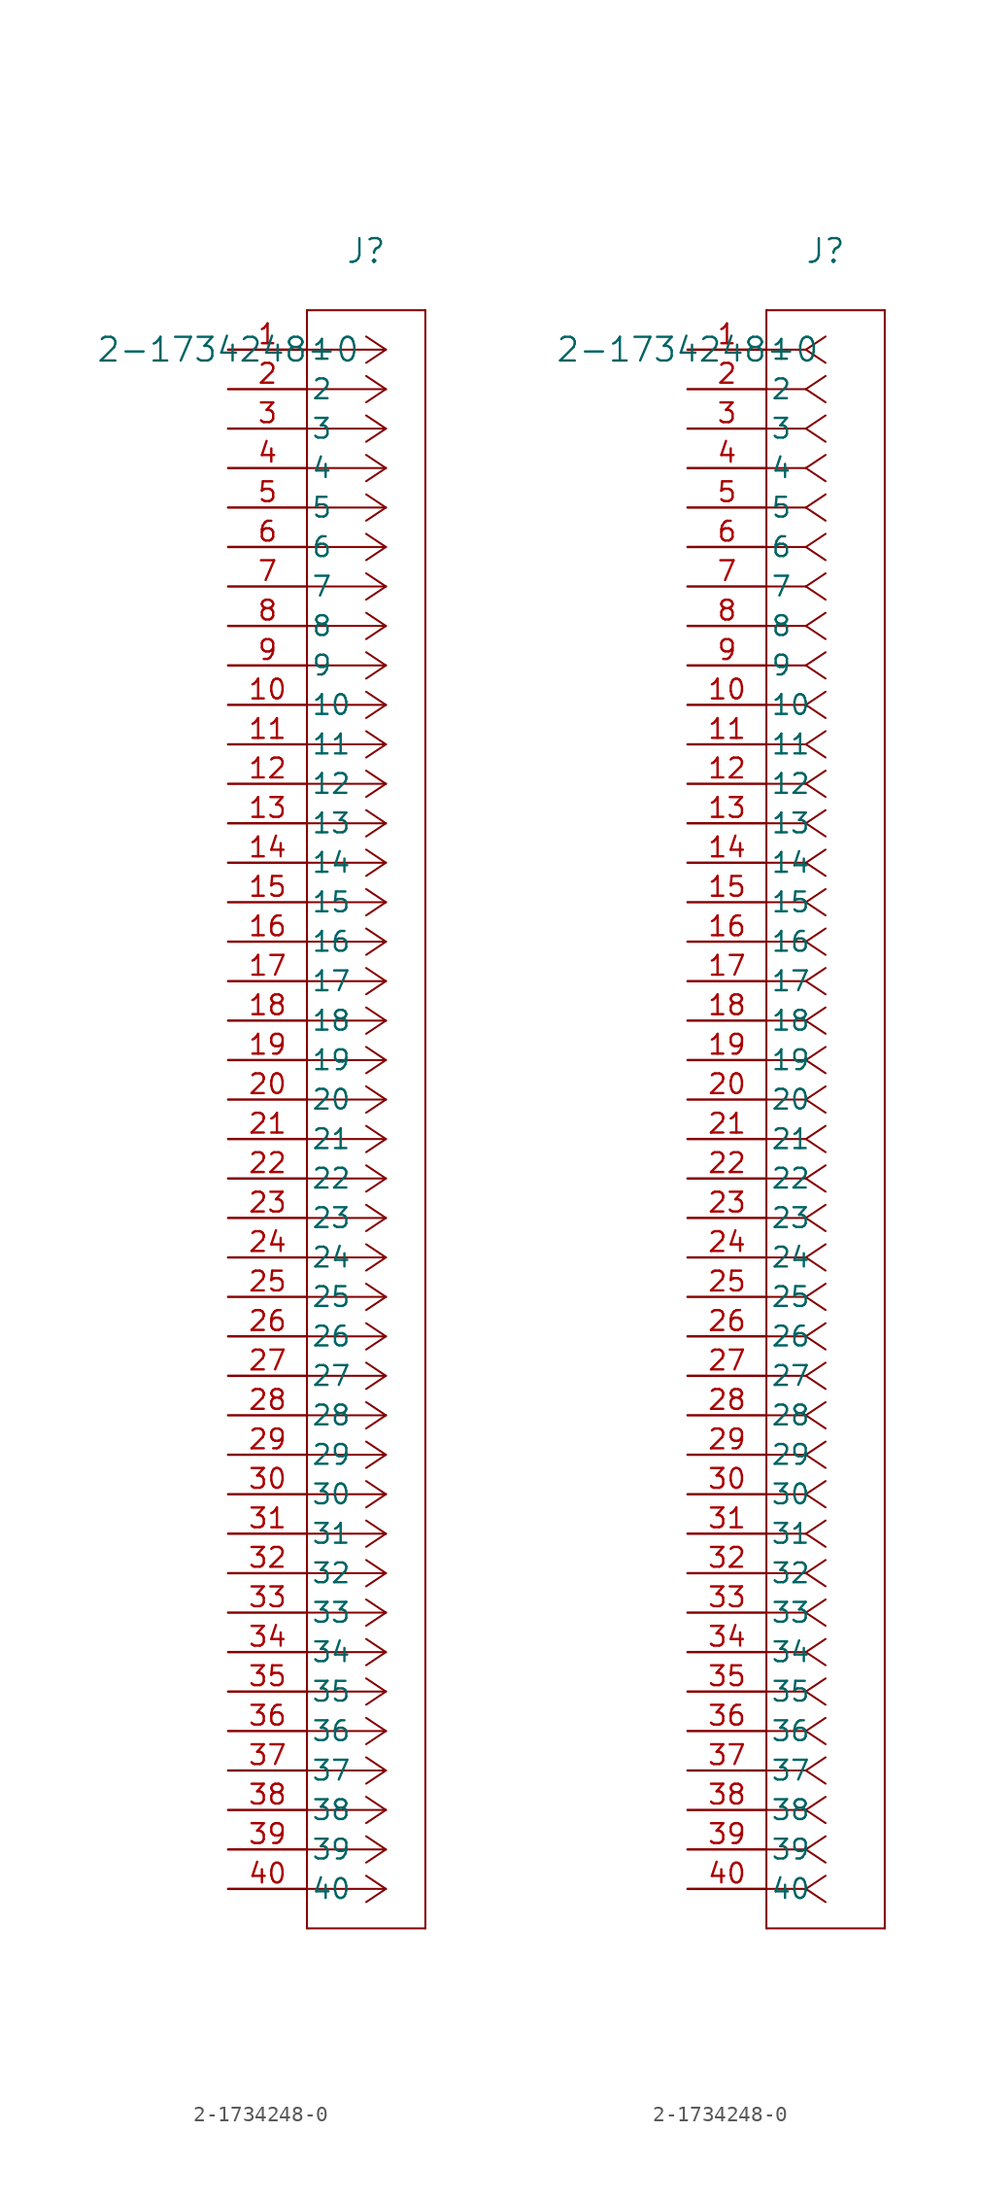
<source format=kicad_sym>
(kicad_symbol_lib
  (version 20211014)
  (generator kicad_symbol_editor)
  (symbol "2-1734248-0"
    (pin_names
      (offset 0.254))
    (property "Reference" "J"
      (at 8.89 6.35 0)
      (effects (font (size 1.524 1.524))))
    (property "Value" "2-1734248-0"
      (at 0 0 0)
      (effects (font (size 1.524 1.524))))
    (symbol "2-1734248-0_1_1"
      (polyline (pts (xy 10.16 0) (xy 5.08 0)) (stroke (width 0.127) (type default) (color 0 0 0 0)) (fill (type none)))
      (polyline (pts (xy 10.16 -2.54) (xy 5.08 -2.54)) (stroke (width 0.127) (type default) (color 0 0 0 0)) (fill (type none)))
      (polyline (pts (xy 10.16 -5.08) (xy 5.08 -5.08)) (stroke (width 0.127) (type default) (color 0 0 0 0)) (fill (type none)))
      (polyline (pts (xy 10.16 -7.62) (xy 5.08 -7.62)) (stroke (width 0.127) (type default) (color 0 0 0 0)) (fill (type none)))
      (polyline (pts (xy 10.16 -10.16) (xy 5.08 -10.16)) (stroke (width 0.127) (type default) (color 0 0 0 0)) (fill (type none)))
      (polyline (pts (xy 10.16 -12.7) (xy 5.08 -12.7)) (stroke (width 0.127) (type default) (color 0 0 0 0)) (fill (type none)))
      (polyline (pts (xy 10.16 -15.24) (xy 5.08 -15.24)) (stroke (width 0.127) (type default) (color 0 0 0 0)) (fill (type none)))
      (polyline (pts (xy 10.16 -17.78) (xy 5.08 -17.78)) (stroke (width 0.127) (type default) (color 0 0 0 0)) (fill (type none)))
      (polyline (pts (xy 10.16 -20.32) (xy 5.08 -20.32)) (stroke (width 0.127) (type default) (color 0 0 0 0)) (fill (type none)))
      (polyline (pts (xy 10.16 -22.86) (xy 5.08 -22.86)) (stroke (width 0.127) (type default) (color 0 0 0 0)) (fill (type none)))
      (polyline (pts (xy 10.16 -25.4) (xy 5.08 -25.4)) (stroke (width 0.127) (type default) (color 0 0 0 0)) (fill (type none)))
      (polyline (pts (xy 10.16 -27.94) (xy 5.08 -27.94)) (stroke (width 0.127) (type default) (color 0 0 0 0)) (fill (type none)))
      (polyline (pts (xy 10.16 -30.48) (xy 5.08 -30.48)) (stroke (width 0.127) (type default) (color 0 0 0 0)) (fill (type none)))
      (polyline (pts (xy 10.16 -33.02) (xy 5.08 -33.02)) (stroke (width 0.127) (type default) (color 0 0 0 0)) (fill (type none)))
      (polyline (pts (xy 10.16 -35.56) (xy 5.08 -35.56)) (stroke (width 0.127) (type default) (color 0 0 0 0)) (fill (type none)))
      (polyline (pts (xy 10.16 -38.1) (xy 5.08 -38.1)) (stroke (width 0.127) (type default) (color 0 0 0 0)) (fill (type none)))
      (polyline (pts (xy 10.16 -40.64) (xy 5.08 -40.64)) (stroke (width 0.127) (type default) (color 0 0 0 0)) (fill (type none)))
      (polyline (pts (xy 10.16 -43.18) (xy 5.08 -43.18)) (stroke (width 0.127) (type default) (color 0 0 0 0)) (fill (type none)))
      (polyline (pts (xy 10.16 -45.72) (xy 5.08 -45.72)) (stroke (width 0.127) (type default) (color 0 0 0 0)) (fill (type none)))
      (polyline (pts (xy 10.16 -48.26) (xy 5.08 -48.26)) (stroke (width 0.127) (type default) (color 0 0 0 0)) (fill (type none)))
      (polyline (pts (xy 10.16 -50.8) (xy 5.08 -50.8)) (stroke (width 0.127) (type default) (color 0 0 0 0)) (fill (type none)))
      (polyline (pts (xy 10.16 -53.34) (xy 5.08 -53.34)) (stroke (width 0.127) (type default) (color 0 0 0 0)) (fill (type none)))
      (polyline (pts (xy 10.16 -55.88) (xy 5.08 -55.88)) (stroke (width 0.127) (type default) (color 0 0 0 0)) (fill (type none)))
      (polyline (pts (xy 10.16 -58.42) (xy 5.08 -58.42)) (stroke (width 0.127) (type default) (color 0 0 0 0)) (fill (type none)))
      (polyline (pts (xy 10.16 -60.96) (xy 5.08 -60.96)) (stroke (width 0.127) (type default) (color 0 0 0 0)) (fill (type none)))
      (polyline (pts (xy 10.16 -63.5) (xy 5.08 -63.5)) (stroke (width 0.127) (type default) (color 0 0 0 0)) (fill (type none)))
      (polyline (pts (xy 10.16 -66.04) (xy 5.08 -66.04)) (stroke (width 0.127) (type default) (color 0 0 0 0)) (fill (type none)))
      (polyline (pts (xy 10.16 -68.58) (xy 5.08 -68.58)) (stroke (width 0.127) (type default) (color 0 0 0 0)) (fill (type none)))
      (polyline (pts (xy 10.16 -71.12) (xy 5.08 -71.12)) (stroke (width 0.127) (type default) (color 0 0 0 0)) (fill (type none)))
      (polyline (pts (xy 10.16 -73.66) (xy 5.08 -73.66)) (stroke (width 0.127) (type default) (color 0 0 0 0)) (fill (type none)))
      (polyline (pts (xy 10.16 -76.2) (xy 5.08 -76.2)) (stroke (width 0.127) (type default) (color 0 0 0 0)) (fill (type none)))
      (polyline (pts (xy 10.16 -78.74) (xy 5.08 -78.74)) (stroke (width 0.127) (type default) (color 0 0 0 0)) (fill (type none)))
      (polyline (pts (xy 10.16 -81.28) (xy 5.08 -81.28)) (stroke (width 0.127) (type default) (color 0 0 0 0)) (fill (type none)))
      (polyline (pts (xy 10.16 -83.82) (xy 5.08 -83.82)) (stroke (width 0.127) (type default) (color 0 0 0 0)) (fill (type none)))
      (polyline (pts (xy 10.16 -86.36) (xy 5.08 -86.36)) (stroke (width 0.127) (type default) (color 0 0 0 0)) (fill (type none)))
      (polyline (pts (xy 10.16 -88.9) (xy 5.08 -88.9)) (stroke (width 0.127) (type default) (color 0 0 0 0)) (fill (type none)))
      (polyline (pts (xy 10.16 -91.44) (xy 5.08 -91.44)) (stroke (width 0.127) (type default) (color 0 0 0 0)) (fill (type none)))
      (polyline (pts (xy 10.16 -93.98) (xy 5.08 -93.98)) (stroke (width 0.127) (type default) (color 0 0 0 0)) (fill (type none)))
      (polyline (pts (xy 10.16 -96.52) (xy 5.08 -96.52)) (stroke (width 0.127) (type default) (color 0 0 0 0)) (fill (type none)))
      (polyline (pts (xy 10.16 -99.06) (xy 5.08 -99.06)) (stroke (width 0.127) (type default) (color 0 0 0 0)) (fill (type none)))
      (polyline (pts (xy 10.16 0) (xy 8.89 0.847)) (stroke (width 0.127) (type default) (color 0 0 0 0)) (fill (type none)))
      (polyline (pts (xy 10.16 -2.54) (xy 8.89 -1.693)) (stroke (width 0.127) (type default) (color 0 0 0 0)) (fill (type none)))
      (polyline (pts (xy 10.16 -5.08) (xy 8.89 -4.233)) (stroke (width 0.127) (type default) (color 0 0 0 0)) (fill (type none)))
      (polyline (pts (xy 10.16 -7.62) (xy 8.89 -6.773)) (stroke (width 0.127) (type default) (color 0 0 0 0)) (fill (type none)))
      (polyline (pts (xy 10.16 -10.16) (xy 8.89 -9.313)) (stroke (width 0.127) (type default) (color 0 0 0 0)) (fill (type none)))
      (polyline (pts (xy 10.16 -12.7) (xy 8.89 -11.853)) (stroke (width 0.127) (type default) (color 0 0 0 0)) (fill (type none)))
      (polyline (pts (xy 10.16 -15.24) (xy 8.89 -14.393)) (stroke (width 0.127) (type default) (color 0 0 0 0)) (fill (type none)))
      (polyline (pts (xy 10.16 -17.78) (xy 8.89 -16.933)) (stroke (width 0.127) (type default) (color 0 0 0 0)) (fill (type none)))
      (polyline (pts (xy 10.16 -20.32) (xy 8.89 -19.473)) (stroke (width 0.127) (type default) (color 0 0 0 0)) (fill (type none)))
      (polyline (pts (xy 10.16 -22.86) (xy 8.89 -22.013)) (stroke (width 0.127) (type default) (color 0 0 0 0)) (fill (type none)))
      (polyline (pts (xy 10.16 -25.4) (xy 8.89 -24.553)) (stroke (width 0.127) (type default) (color 0 0 0 0)) (fill (type none)))
      (polyline (pts (xy 10.16 -27.94) (xy 8.89 -27.093)) (stroke (width 0.127) (type default) (color 0 0 0 0)) (fill (type none)))
      (polyline (pts (xy 10.16 -30.48) (xy 8.89 -29.633)) (stroke (width 0.127) (type default) (color 0 0 0 0)) (fill (type none)))
      (polyline (pts (xy 10.16 -33.02) (xy 8.89 -32.173)) (stroke (width 0.127) (type default) (color 0 0 0 0)) (fill (type none)))
      (polyline (pts (xy 10.16 -35.56) (xy 8.89 -34.713)) (stroke (width 0.127) (type default) (color 0 0 0 0)) (fill (type none)))
      (polyline (pts (xy 10.16 -38.1) (xy 8.89 -37.253)) (stroke (width 0.127) (type default) (color 0 0 0 0)) (fill (type none)))
      (polyline (pts (xy 10.16 -40.64) (xy 8.89 -39.793)) (stroke (width 0.127) (type default) (color 0 0 0 0)) (fill (type none)))
      (polyline (pts (xy 10.16 -43.18) (xy 8.89 -42.333)) (stroke (width 0.127) (type default) (color 0 0 0 0)) (fill (type none)))
      (polyline (pts (xy 10.16 -45.72) (xy 8.89 -44.873)) (stroke (width 0.127) (type default) (color 0 0 0 0)) (fill (type none)))
      (polyline (pts (xy 10.16 -48.26) (xy 8.89 -47.413)) (stroke (width 0.127) (type default) (color 0 0 0 0)) (fill (type none)))
      (polyline (pts (xy 10.16 -50.8) (xy 8.89 -49.953)) (stroke (width 0.127) (type default) (color 0 0 0 0)) (fill (type none)))
      (polyline (pts (xy 10.16 -53.34) (xy 8.89 -52.493)) (stroke (width 0.127) (type default) (color 0 0 0 0)) (fill (type none)))
      (polyline (pts (xy 10.16 -55.88) (xy 8.89 -55.033)) (stroke (width 0.127) (type default) (color 0 0 0 0)) (fill (type none)))
      (polyline (pts (xy 10.16 -58.42) (xy 8.89 -57.573)) (stroke (width 0.127) (type default) (color 0 0 0 0)) (fill (type none)))
      (polyline (pts (xy 10.16 -60.96) (xy 8.89 -60.113)) (stroke (width 0.127) (type default) (color 0 0 0 0)) (fill (type none)))
      (polyline (pts (xy 10.16 -63.5) (xy 8.89 -62.653)) (stroke (width 0.127) (type default) (color 0 0 0 0)) (fill (type none)))
      (polyline (pts (xy 10.16 -66.04) (xy 8.89 -65.193)) (stroke (width 0.127) (type default) (color 0 0 0 0)) (fill (type none)))
      (polyline (pts (xy 10.16 -68.58) (xy 8.89 -67.733)) (stroke (width 0.127) (type default) (color 0 0 0 0)) (fill (type none)))
      (polyline (pts (xy 10.16 -71.12) (xy 8.89 -70.273)) (stroke (width 0.127) (type default) (color 0 0 0 0)) (fill (type none)))
      (polyline (pts (xy 10.16 -73.66) (xy 8.89 -72.813)) (stroke (width 0.127) (type default) (color 0 0 0 0)) (fill (type none)))
      (polyline (pts (xy 10.16 -76.2) (xy 8.89 -75.353)) (stroke (width 0.127) (type default) (color 0 0 0 0)) (fill (type none)))
      (polyline (pts (xy 10.16 -78.74) (xy 8.89 -77.893)) (stroke (width 0.127) (type default) (color 0 0 0 0)) (fill (type none)))
      (polyline (pts (xy 10.16 -81.28) (xy 8.89 -80.433)) (stroke (width 0.127) (type default) (color 0 0 0 0)) (fill (type none)))
      (polyline (pts (xy 10.16 -83.82) (xy 8.89 -82.973)) (stroke (width 0.127) (type default) (color 0 0 0 0)) (fill (type none)))
      (polyline (pts (xy 10.16 -86.36) (xy 8.89 -85.513)) (stroke (width 0.127) (type default) (color 0 0 0 0)) (fill (type none)))
      (polyline (pts (xy 10.16 -88.9) (xy 8.89 -88.053)) (stroke (width 0.127) (type default) (color 0 0 0 0)) (fill (type none)))
      (polyline (pts (xy 10.16 -91.44) (xy 8.89 -90.593)) (stroke (width 0.127) (type default) (color 0 0 0 0)) (fill (type none)))
      (polyline (pts (xy 10.16 -93.98) (xy 8.89 -93.133)) (stroke (width 0.127) (type default) (color 0 0 0 0)) (fill (type none)))
      (polyline (pts (xy 10.16 -96.52) (xy 8.89 -95.673)) (stroke (width 0.127) (type default) (color 0 0 0 0)) (fill (type none)))
      (polyline (pts (xy 10.16 -99.06) (xy 8.89 -98.213)) (stroke (width 0.127) (type default) (color 0 0 0 0)) (fill (type none)))
      (polyline (pts (xy 10.16 0) (xy 8.89 -0.847)) (stroke (width 0.127) (type default) (color 0 0 0 0)) (fill (type none)))
      (polyline (pts (xy 10.16 -2.54) (xy 8.89 -3.387)) (stroke (width 0.127) (type default) (color 0 0 0 0)) (fill (type none)))
      (polyline (pts (xy 10.16 -5.08) (xy 8.89 -5.927)) (stroke (width 0.127) (type default) (color 0 0 0 0)) (fill (type none)))
      (polyline (pts (xy 10.16 -7.62) (xy 8.89 -8.467)) (stroke (width 0.127) (type default) (color 0 0 0 0)) (fill (type none)))
      (polyline (pts (xy 10.16 -10.16) (xy 8.89 -11.007)) (stroke (width 0.127) (type default) (color 0 0 0 0)) (fill (type none)))
      (polyline (pts (xy 10.16 -12.7) (xy 8.89 -13.547)) (stroke (width 0.127) (type default) (color 0 0 0 0)) (fill (type none)))
      (polyline (pts (xy 10.16 -15.24) (xy 8.89 -16.087)) (stroke (width 0.127) (type default) (color 0 0 0 0)) (fill (type none)))
      (polyline (pts (xy 10.16 -17.78) (xy 8.89 -18.627)) (stroke (width 0.127) (type default) (color 0 0 0 0)) (fill (type none)))
      (polyline (pts (xy 10.16 -20.32) (xy 8.89 -21.167)) (stroke (width 0.127) (type default) (color 0 0 0 0)) (fill (type none)))
      (polyline (pts (xy 10.16 -22.86) (xy 8.89 -23.707)) (stroke (width 0.127) (type default) (color 0 0 0 0)) (fill (type none)))
      (polyline (pts (xy 10.16 -25.4) (xy 8.89 -26.247)) (stroke (width 0.127) (type default) (color 0 0 0 0)) (fill (type none)))
      (polyline (pts (xy 10.16 -27.94) (xy 8.89 -28.787)) (stroke (width 0.127) (type default) (color 0 0 0 0)) (fill (type none)))
      (polyline (pts (xy 10.16 -30.48) (xy 8.89 -31.327)) (stroke (width 0.127) (type default) (color 0 0 0 0)) (fill (type none)))
      (polyline (pts (xy 10.16 -33.02) (xy 8.89 -33.867)) (stroke (width 0.127) (type default) (color 0 0 0 0)) (fill (type none)))
      (polyline (pts (xy 10.16 -35.56) (xy 8.89 -36.407)) (stroke (width 0.127) (type default) (color 0 0 0 0)) (fill (type none)))
      (polyline (pts (xy 10.16 -38.1) (xy 8.89 -38.947)) (stroke (width 0.127) (type default) (color 0 0 0 0)) (fill (type none)))
      (polyline (pts (xy 10.16 -40.64) (xy 8.89 -41.487)) (stroke (width 0.127) (type default) (color 0 0 0 0)) (fill (type none)))
      (polyline (pts (xy 10.16 -43.18) (xy 8.89 -44.027)) (stroke (width 0.127) (type default) (color 0 0 0 0)) (fill (type none)))
      (polyline (pts (xy 10.16 -45.72) (xy 8.89 -46.567)) (stroke (width 0.127) (type default) (color 0 0 0 0)) (fill (type none)))
      (polyline (pts (xy 10.16 -48.26) (xy 8.89 -49.107)) (stroke (width 0.127) (type default) (color 0 0 0 0)) (fill (type none)))
      (polyline (pts (xy 10.16 -50.8) (xy 8.89 -51.647)) (stroke (width 0.127) (type default) (color 0 0 0 0)) (fill (type none)))
      (polyline (pts (xy 10.16 -53.34) (xy 8.89 -54.187)) (stroke (width 0.127) (type default) (color 0 0 0 0)) (fill (type none)))
      (polyline (pts (xy 10.16 -55.88) (xy 8.89 -56.727)) (stroke (width 0.127) (type default) (color 0 0 0 0)) (fill (type none)))
      (polyline (pts (xy 10.16 -58.42) (xy 8.89 -59.267)) (stroke (width 0.127) (type default) (color 0 0 0 0)) (fill (type none)))
      (polyline (pts (xy 10.16 -60.96) (xy 8.89 -61.807)) (stroke (width 0.127) (type default) (color 0 0 0 0)) (fill (type none)))
      (polyline (pts (xy 10.16 -63.5) (xy 8.89 -64.347)) (stroke (width 0.127) (type default) (color 0 0 0 0)) (fill (type none)))
      (polyline (pts (xy 10.16 -66.04) (xy 8.89 -66.887)) (stroke (width 0.127) (type default) (color 0 0 0 0)) (fill (type none)))
      (polyline (pts (xy 10.16 -68.58) (xy 8.89 -69.427)) (stroke (width 0.127) (type default) (color 0 0 0 0)) (fill (type none)))
      (polyline (pts (xy 10.16 -71.12) (xy 8.89 -71.967)) (stroke (width 0.127) (type default) (color 0 0 0 0)) (fill (type none)))
      (polyline (pts (xy 10.16 -73.66) (xy 8.89 -74.507)) (stroke (width 0.127) (type default) (color 0 0 0 0)) (fill (type none)))
      (polyline (pts (xy 10.16 -76.2) (xy 8.89 -77.047)) (stroke (width 0.127) (type default) (color 0 0 0 0)) (fill (type none)))
      (polyline (pts (xy 10.16 -78.74) (xy 8.89 -79.587)) (stroke (width 0.127) (type default) (color 0 0 0 0)) (fill (type none)))
      (polyline (pts (xy 10.16 -81.28) (xy 8.89 -82.127)) (stroke (width 0.127) (type default) (color 0 0 0 0)) (fill (type none)))
      (polyline (pts (xy 10.16 -83.82) (xy 8.89 -84.667)) (stroke (width 0.127) (type default) (color 0 0 0 0)) (fill (type none)))
      (polyline (pts (xy 10.16 -86.36) (xy 8.89 -87.207)) (stroke (width 0.127) (type default) (color 0 0 0 0)) (fill (type none)))
      (polyline (pts (xy 10.16 -88.9) (xy 8.89 -89.747)) (stroke (width 0.127) (type default) (color 0 0 0 0)) (fill (type none)))
      (polyline (pts (xy 10.16 -91.44) (xy 8.89 -92.287)) (stroke (width 0.127) (type default) (color 0 0 0 0)) (fill (type none)))
      (polyline (pts (xy 10.16 -93.98) (xy 8.89 -94.827)) (stroke (width 0.127) (type default) (color 0 0 0 0)) (fill (type none)))
      (polyline (pts (xy 10.16 -96.52) (xy 8.89 -97.367)) (stroke (width 0.127) (type default) (color 0 0 0 0)) (fill (type none)))
      (polyline (pts (xy 10.16 -99.06) (xy 8.89 -99.907)) (stroke (width 0.127) (type default) (color 0 0 0 0)) (fill (type none)))
      (polyline (pts (xy 5.08 2.54) (xy 5.08 -101.6)) (stroke (width 0.127) (type default) (color 0 0 0 0)) (fill (type none)))
      (polyline (pts (xy 5.08 -101.6) (xy 12.7 -101.6)) (stroke (width 0.127) (type default) (color 0 0 0 0)) (fill (type none)))
      (polyline (pts (xy 12.7 -101.6) (xy 12.7 2.54)) (stroke (width 0.127) (type default) (color 0 0 0 0)) (fill (type none)))
      (polyline (pts (xy 12.7 2.54) (xy 5.08 2.54)) (stroke (width 0.127) (type default) (color 0 0 0 0)) (fill (type none)))
      (pin unspecified line (at 0 0 0) (length 5.08) (name "1" (effects (font (size 1.27 1.27)))) (number "1" (effects (font (size 1.27 1.27)))))
      (pin unspecified line (at 0 -2.54 0) (length 5.08) (name "2" (effects (font (size 1.27 1.27)))) (number "2" (effects (font (size 1.27 1.27)))))
      (pin unspecified line (at 0 -5.08 0) (length 5.08) (name "3" (effects (font (size 1.27 1.27)))) (number "3" (effects (font (size 1.27 1.27)))))
      (pin unspecified line (at 0 -7.62 0) (length 5.08) (name "4" (effects (font (size 1.27 1.27)))) (number "4" (effects (font (size 1.27 1.27)))))
      (pin unspecified line (at 0 -10.16 0) (length 5.08) (name "5" (effects (font (size 1.27 1.27)))) (number "5" (effects (font (size 1.27 1.27)))))
      (pin unspecified line (at 0 -12.7 0) (length 5.08) (name "6" (effects (font (size 1.27 1.27)))) (number "6" (effects (font (size 1.27 1.27)))))
      (pin unspecified line (at 0 -15.24 0) (length 5.08) (name "7" (effects (font (size 1.27 1.27)))) (number "7" (effects (font (size 1.27 1.27)))))
      (pin unspecified line (at 0 -17.78 0) (length 5.08) (name "8" (effects (font (size 1.27 1.27)))) (number "8" (effects (font (size 1.27 1.27)))))
      (pin unspecified line (at 0 -20.32 0) (length 5.08) (name "9" (effects (font (size 1.27 1.27)))) (number "9" (effects (font (size 1.27 1.27)))))
      (pin unspecified line (at 0 -22.86 0) (length 5.08) (name "10" (effects (font (size 1.27 1.27)))) (number "10" (effects (font (size 1.27 1.27)))))
      (pin unspecified line (at 0 -25.4 0) (length 5.08) (name "11" (effects (font (size 1.27 1.27)))) (number "11" (effects (font (size 1.27 1.27)))))
      (pin unspecified line (at 0 -27.94 0) (length 5.08) (name "12" (effects (font (size 1.27 1.27)))) (number "12" (effects (font (size 1.27 1.27)))))
      (pin unspecified line (at 0 -30.48 0) (length 5.08) (name "13" (effects (font (size 1.27 1.27)))) (number "13" (effects (font (size 1.27 1.27)))))
      (pin unspecified line (at 0 -33.02 0) (length 5.08) (name "14" (effects (font (size 1.27 1.27)))) (number "14" (effects (font (size 1.27 1.27)))))
      (pin unspecified line (at 0 -35.56 0) (length 5.08) (name "15" (effects (font (size 1.27 1.27)))) (number "15" (effects (font (size 1.27 1.27)))))
      (pin unspecified line (at 0 -38.1 0) (length 5.08) (name "16" (effects (font (size 1.27 1.27)))) (number "16" (effects (font (size 1.27 1.27)))))
      (pin unspecified line (at 0 -40.64 0) (length 5.08) (name "17" (effects (font (size 1.27 1.27)))) (number "17" (effects (font (size 1.27 1.27)))))
      (pin unspecified line (at 0 -43.18 0) (length 5.08) (name "18" (effects (font (size 1.27 1.27)))) (number "18" (effects (font (size 1.27 1.27)))))
      (pin unspecified line (at 0 -45.72 0) (length 5.08) (name "19" (effects (font (size 1.27 1.27)))) (number "19" (effects (font (size 1.27 1.27)))))
      (pin unspecified line (at 0 -48.26 0) (length 5.08) (name "20" (effects (font (size 1.27 1.27)))) (number "20" (effects (font (size 1.27 1.27)))))
      (pin unspecified line (at 0 -50.8 0) (length 5.08) (name "21" (effects (font (size 1.27 1.27)))) (number "21" (effects (font (size 1.27 1.27)))))
      (pin unspecified line (at 0 -53.34 0) (length 5.08) (name "22" (effects (font (size 1.27 1.27)))) (number "22" (effects (font (size 1.27 1.27)))))
      (pin unspecified line (at 0 -55.88 0) (length 5.08) (name "23" (effects (font (size 1.27 1.27)))) (number "23" (effects (font (size 1.27 1.27)))))
      (pin unspecified line (at 0 -58.42 0) (length 5.08) (name "24" (effects (font (size 1.27 1.27)))) (number "24" (effects (font (size 1.27 1.27)))))
      (pin unspecified line (at 0 -60.96 0) (length 5.08) (name "25" (effects (font (size 1.27 1.27)))) (number "25" (effects (font (size 1.27 1.27)))))
      (pin unspecified line (at 0 -63.5 0) (length 5.08) (name "26" (effects (font (size 1.27 1.27)))) (number "26" (effects (font (size 1.27 1.27)))))
      (pin unspecified line (at 0 -66.04 0) (length 5.08) (name "27" (effects (font (size 1.27 1.27)))) (number "27" (effects (font (size 1.27 1.27)))))
      (pin unspecified line (at 0 -68.58 0) (length 5.08) (name "28" (effects (font (size 1.27 1.27)))) (number "28" (effects (font (size 1.27 1.27)))))
      (pin unspecified line (at 0 -71.12 0) (length 5.08) (name "29" (effects (font (size 1.27 1.27)))) (number "29" (effects (font (size 1.27 1.27)))))
      (pin unspecified line (at 0 -73.66 0) (length 5.08) (name "30" (effects (font (size 1.27 1.27)))) (number "30" (effects (font (size 1.27 1.27)))))
      (pin unspecified line (at 0 -76.2 0) (length 5.08) (name "31" (effects (font (size 1.27 1.27)))) (number "31" (effects (font (size 1.27 1.27)))))
      (pin unspecified line (at 0 -78.74 0) (length 5.08) (name "32" (effects (font (size 1.27 1.27)))) (number "32" (effects (font (size 1.27 1.27)))))
      (pin unspecified line (at 0 -81.28 0) (length 5.08) (name "33" (effects (font (size 1.27 1.27)))) (number "33" (effects (font (size 1.27 1.27)))))
      (pin unspecified line (at 0 -83.82 0) (length 5.08) (name "34" (effects (font (size 1.27 1.27)))) (number "34" (effects (font (size 1.27 1.27)))))
      (pin unspecified line (at 0 -86.36 0) (length 5.08) (name "35" (effects (font (size 1.27 1.27)))) (number "35" (effects (font (size 1.27 1.27)))))
      (pin unspecified line (at 0 -88.9 0) (length 5.08) (name "36" (effects (font (size 1.27 1.27)))) (number "36" (effects (font (size 1.27 1.27)))))
      (pin unspecified line (at 0 -91.44 0) (length 5.08) (name "37" (effects (font (size 1.27 1.27)))) (number "37" (effects (font (size 1.27 1.27)))))
      (pin unspecified line (at 0 -93.98 0) (length 5.08) (name "38" (effects (font (size 1.27 1.27)))) (number "38" (effects (font (size 1.27 1.27)))))
      (pin unspecified line (at 0 -96.52 0) (length 5.08) (name "39" (effects (font (size 1.27 1.27)))) (number "39" (effects (font (size 1.27 1.27)))))
      (pin unspecified line (at 0 -99.06 0) (length 5.08) (name "40" (effects (font (size 1.27 1.27)))) (number "40" (effects (font (size 1.27 1.27))))))
    (symbol "2-1734248-0_1_2"
      (polyline (pts (xy 7.62 0) (xy 5.08 0)) (stroke (width 0.127) (type default) (color 0 0 0 0)) (fill (type none)))
      (polyline (pts (xy 7.62 -2.54) (xy 5.08 -2.54)) (stroke (width 0.127) (type default) (color 0 0 0 0)) (fill (type none)))
      (polyline (pts (xy 7.62 -5.08) (xy 5.08 -5.08)) (stroke (width 0.127) (type default) (color 0 0 0 0)) (fill (type none)))
      (polyline (pts (xy 7.62 -7.62) (xy 5.08 -7.62)) (stroke (width 0.127) (type default) (color 0 0 0 0)) (fill (type none)))
      (polyline (pts (xy 7.62 -10.16) (xy 5.08 -10.16)) (stroke (width 0.127) (type default) (color 0 0 0 0)) (fill (type none)))
      (polyline (pts (xy 7.62 -12.7) (xy 5.08 -12.7)) (stroke (width 0.127) (type default) (color 0 0 0 0)) (fill (type none)))
      (polyline (pts (xy 7.62 -15.24) (xy 5.08 -15.24)) (stroke (width 0.127) (type default) (color 0 0 0 0)) (fill (type none)))
      (polyline (pts (xy 7.62 -17.78) (xy 5.08 -17.78)) (stroke (width 0.127) (type default) (color 0 0 0 0)) (fill (type none)))
      (polyline (pts (xy 7.62 -20.32) (xy 5.08 -20.32)) (stroke (width 0.127) (type default) (color 0 0 0 0)) (fill (type none)))
      (polyline (pts (xy 7.62 -22.86) (xy 5.08 -22.86)) (stroke (width 0.127) (type default) (color 0 0 0 0)) (fill (type none)))
      (polyline (pts (xy 7.62 -25.4) (xy 5.08 -25.4)) (stroke (width 0.127) (type default) (color 0 0 0 0)) (fill (type none)))
      (polyline (pts (xy 7.62 -27.94) (xy 5.08 -27.94)) (stroke (width 0.127) (type default) (color 0 0 0 0)) (fill (type none)))
      (polyline (pts (xy 7.62 -30.48) (xy 5.08 -30.48)) (stroke (width 0.127) (type default) (color 0 0 0 0)) (fill (type none)))
      (polyline (pts (xy 7.62 -33.02) (xy 5.08 -33.02)) (stroke (width 0.127) (type default) (color 0 0 0 0)) (fill (type none)))
      (polyline (pts (xy 7.62 -35.56) (xy 5.08 -35.56)) (stroke (width 0.127) (type default) (color 0 0 0 0)) (fill (type none)))
      (polyline (pts (xy 7.62 -38.1) (xy 5.08 -38.1)) (stroke (width 0.127) (type default) (color 0 0 0 0)) (fill (type none)))
      (polyline (pts (xy 7.62 -40.64) (xy 5.08 -40.64)) (stroke (width 0.127) (type default) (color 0 0 0 0)) (fill (type none)))
      (polyline (pts (xy 7.62 -43.18) (xy 5.08 -43.18)) (stroke (width 0.127) (type default) (color 0 0 0 0)) (fill (type none)))
      (polyline (pts (xy 7.62 -45.72) (xy 5.08 -45.72)) (stroke (width 0.127) (type default) (color 0 0 0 0)) (fill (type none)))
      (polyline (pts (xy 7.62 -48.26) (xy 5.08 -48.26)) (stroke (width 0.127) (type default) (color 0 0 0 0)) (fill (type none)))
      (polyline (pts (xy 7.62 -50.8) (xy 5.08 -50.8)) (stroke (width 0.127) (type default) (color 0 0 0 0)) (fill (type none)))
      (polyline (pts (xy 7.62 -53.34) (xy 5.08 -53.34)) (stroke (width 0.127) (type default) (color 0 0 0 0)) (fill (type none)))
      (polyline (pts (xy 7.62 -55.88) (xy 5.08 -55.88)) (stroke (width 0.127) (type default) (color 0 0 0 0)) (fill (type none)))
      (polyline (pts (xy 7.62 -58.42) (xy 5.08 -58.42)) (stroke (width 0.127) (type default) (color 0 0 0 0)) (fill (type none)))
      (polyline (pts (xy 7.62 -60.96) (xy 5.08 -60.96)) (stroke (width 0.127) (type default) (color 0 0 0 0)) (fill (type none)))
      (polyline (pts (xy 7.62 -63.5) (xy 5.08 -63.5)) (stroke (width 0.127) (type default) (color 0 0 0 0)) (fill (type none)))
      (polyline (pts (xy 7.62 -66.04) (xy 5.08 -66.04)) (stroke (width 0.127) (type default) (color 0 0 0 0)) (fill (type none)))
      (polyline (pts (xy 7.62 -68.58) (xy 5.08 -68.58)) (stroke (width 0.127) (type default) (color 0 0 0 0)) (fill (type none)))
      (polyline (pts (xy 7.62 -71.12) (xy 5.08 -71.12)) (stroke (width 0.127) (type default) (color 0 0 0 0)) (fill (type none)))
      (polyline (pts (xy 7.62 -73.66) (xy 5.08 -73.66)) (stroke (width 0.127) (type default) (color 0 0 0 0)) (fill (type none)))
      (polyline (pts (xy 7.62 -76.2) (xy 5.08 -76.2)) (stroke (width 0.127) (type default) (color 0 0 0 0)) (fill (type none)))
      (polyline (pts (xy 7.62 -78.74) (xy 5.08 -78.74)) (stroke (width 0.127) (type default) (color 0 0 0 0)) (fill (type none)))
      (polyline (pts (xy 7.62 -81.28) (xy 5.08 -81.28)) (stroke (width 0.127) (type default) (color 0 0 0 0)) (fill (type none)))
      (polyline (pts (xy 7.62 -83.82) (xy 5.08 -83.82)) (stroke (width 0.127) (type default) (color 0 0 0 0)) (fill (type none)))
      (polyline (pts (xy 7.62 -86.36) (xy 5.08 -86.36)) (stroke (width 0.127) (type default) (color 0 0 0 0)) (fill (type none)))
      (polyline (pts (xy 7.62 -88.9) (xy 5.08 -88.9)) (stroke (width 0.127) (type default) (color 0 0 0 0)) (fill (type none)))
      (polyline (pts (xy 7.62 -91.44) (xy 5.08 -91.44)) (stroke (width 0.127) (type default) (color 0 0 0 0)) (fill (type none)))
      (polyline (pts (xy 7.62 -93.98) (xy 5.08 -93.98)) (stroke (width 0.127) (type default) (color 0 0 0 0)) (fill (type none)))
      (polyline (pts (xy 7.62 -96.52) (xy 5.08 -96.52)) (stroke (width 0.127) (type default) (color 0 0 0 0)) (fill (type none)))
      (polyline (pts (xy 7.62 -99.06) (xy 5.08 -99.06)) (stroke (width 0.127) (type default) (color 0 0 0 0)) (fill (type none)))
      (polyline (pts (xy 7.62 0) (xy 8.89 0.847)) (stroke (width 0.127) (type default) (color 0 0 0 0)) (fill (type none)))
      (polyline (pts (xy 7.62 -2.54) (xy 8.89 -1.693)) (stroke (width 0.127) (type default) (color 0 0 0 0)) (fill (type none)))
      (polyline (pts (xy 7.62 -5.08) (xy 8.89 -4.233)) (stroke (width 0.127) (type default) (color 0 0 0 0)) (fill (type none)))
      (polyline (pts (xy 7.62 -7.62) (xy 8.89 -6.773)) (stroke (width 0.127) (type default) (color 0 0 0 0)) (fill (type none)))
      (polyline (pts (xy 7.62 -10.16) (xy 8.89 -9.313)) (stroke (width 0.127) (type default) (color 0 0 0 0)) (fill (type none)))
      (polyline (pts (xy 7.62 -12.7) (xy 8.89 -11.853)) (stroke (width 0.127) (type default) (color 0 0 0 0)) (fill (type none)))
      (polyline (pts (xy 7.62 -15.24) (xy 8.89 -14.393)) (stroke (width 0.127) (type default) (color 0 0 0 0)) (fill (type none)))
      (polyline (pts (xy 7.62 -17.78) (xy 8.89 -16.933)) (stroke (width 0.127) (type default) (color 0 0 0 0)) (fill (type none)))
      (polyline (pts (xy 7.62 -20.32) (xy 8.89 -19.473)) (stroke (width 0.127) (type default) (color 0 0 0 0)) (fill (type none)))
      (polyline (pts (xy 7.62 -22.86) (xy 8.89 -22.013)) (stroke (width 0.127) (type default) (color 0 0 0 0)) (fill (type none)))
      (polyline (pts (xy 7.62 -25.4) (xy 8.89 -24.553)) (stroke (width 0.127) (type default) (color 0 0 0 0)) (fill (type none)))
      (polyline (pts (xy 7.62 -27.94) (xy 8.89 -27.093)) (stroke (width 0.127) (type default) (color 0 0 0 0)) (fill (type none)))
      (polyline (pts (xy 7.62 -30.48) (xy 8.89 -29.633)) (stroke (width 0.127) (type default) (color 0 0 0 0)) (fill (type none)))
      (polyline (pts (xy 7.62 -33.02) (xy 8.89 -32.173)) (stroke (width 0.127) (type default) (color 0 0 0 0)) (fill (type none)))
      (polyline (pts (xy 7.62 -35.56) (xy 8.89 -34.713)) (stroke (width 0.127) (type default) (color 0 0 0 0)) (fill (type none)))
      (polyline (pts (xy 7.62 -38.1) (xy 8.89 -37.253)) (stroke (width 0.127) (type default) (color 0 0 0 0)) (fill (type none)))
      (polyline (pts (xy 7.62 -40.64) (xy 8.89 -39.793)) (stroke (width 0.127) (type default) (color 0 0 0 0)) (fill (type none)))
      (polyline (pts (xy 7.62 -43.18) (xy 8.89 -42.333)) (stroke (width 0.127) (type default) (color 0 0 0 0)) (fill (type none)))
      (polyline (pts (xy 7.62 -45.72) (xy 8.89 -44.873)) (stroke (width 0.127) (type default) (color 0 0 0 0)) (fill (type none)))
      (polyline (pts (xy 7.62 -48.26) (xy 8.89 -47.413)) (stroke (width 0.127) (type default) (color 0 0 0 0)) (fill (type none)))
      (polyline (pts (xy 7.62 -50.8) (xy 8.89 -49.953)) (stroke (width 0.127) (type default) (color 0 0 0 0)) (fill (type none)))
      (polyline (pts (xy 7.62 -53.34) (xy 8.89 -52.493)) (stroke (width 0.127) (type default) (color 0 0 0 0)) (fill (type none)))
      (polyline (pts (xy 7.62 -55.88) (xy 8.89 -55.033)) (stroke (width 0.127) (type default) (color 0 0 0 0)) (fill (type none)))
      (polyline (pts (xy 7.62 -58.42) (xy 8.89 -57.573)) (stroke (width 0.127) (type default) (color 0 0 0 0)) (fill (type none)))
      (polyline (pts (xy 7.62 -60.96) (xy 8.89 -60.113)) (stroke (width 0.127) (type default) (color 0 0 0 0)) (fill (type none)))
      (polyline (pts (xy 7.62 -63.5) (xy 8.89 -62.653)) (stroke (width 0.127) (type default) (color 0 0 0 0)) (fill (type none)))
      (polyline (pts (xy 7.62 -66.04) (xy 8.89 -65.193)) (stroke (width 0.127) (type default) (color 0 0 0 0)) (fill (type none)))
      (polyline (pts (xy 7.62 -68.58) (xy 8.89 -67.733)) (stroke (width 0.127) (type default) (color 0 0 0 0)) (fill (type none)))
      (polyline (pts (xy 7.62 -71.12) (xy 8.89 -70.273)) (stroke (width 0.127) (type default) (color 0 0 0 0)) (fill (type none)))
      (polyline (pts (xy 7.62 -73.66) (xy 8.89 -72.813)) (stroke (width 0.127) (type default) (color 0 0 0 0)) (fill (type none)))
      (polyline (pts (xy 7.62 -76.2) (xy 8.89 -75.353)) (stroke (width 0.127) (type default) (color 0 0 0 0)) (fill (type none)))
      (polyline (pts (xy 7.62 -78.74) (xy 8.89 -77.893)) (stroke (width 0.127) (type default) (color 0 0 0 0)) (fill (type none)))
      (polyline (pts (xy 7.62 -81.28) (xy 8.89 -80.433)) (stroke (width 0.127) (type default) (color 0 0 0 0)) (fill (type none)))
      (polyline (pts (xy 7.62 -83.82) (xy 8.89 -82.973)) (stroke (width 0.127) (type default) (color 0 0 0 0)) (fill (type none)))
      (polyline (pts (xy 7.62 -86.36) (xy 8.89 -85.513)) (stroke (width 0.127) (type default) (color 0 0 0 0)) (fill (type none)))
      (polyline (pts (xy 7.62 -88.9) (xy 8.89 -88.053)) (stroke (width 0.127) (type default) (color 0 0 0 0)) (fill (type none)))
      (polyline (pts (xy 7.62 -91.44) (xy 8.89 -90.593)) (stroke (width 0.127) (type default) (color 0 0 0 0)) (fill (type none)))
      (polyline (pts (xy 7.62 -93.98) (xy 8.89 -93.133)) (stroke (width 0.127) (type default) (color 0 0 0 0)) (fill (type none)))
      (polyline (pts (xy 7.62 -96.52) (xy 8.89 -95.673)) (stroke (width 0.127) (type default) (color 0 0 0 0)) (fill (type none)))
      (polyline (pts (xy 7.62 -99.06) (xy 8.89 -98.213)) (stroke (width 0.127) (type default) (color 0 0 0 0)) (fill (type none)))
      (polyline (pts (xy 7.62 0) (xy 8.89 -0.847)) (stroke (width 0.127) (type default) (color 0 0 0 0)) (fill (type none)))
      (polyline (pts (xy 7.62 -2.54) (xy 8.89 -3.387)) (stroke (width 0.127) (type default) (color 0 0 0 0)) (fill (type none)))
      (polyline (pts (xy 7.62 -5.08) (xy 8.89 -5.927)) (stroke (width 0.127) (type default) (color 0 0 0 0)) (fill (type none)))
      (polyline (pts (xy 7.62 -7.62) (xy 8.89 -8.467)) (stroke (width 0.127) (type default) (color 0 0 0 0)) (fill (type none)))
      (polyline (pts (xy 7.62 -10.16) (xy 8.89 -11.007)) (stroke (width 0.127) (type default) (color 0 0 0 0)) (fill (type none)))
      (polyline (pts (xy 7.62 -12.7) (xy 8.89 -13.547)) (stroke (width 0.127) (type default) (color 0 0 0 0)) (fill (type none)))
      (polyline (pts (xy 7.62 -15.24) (xy 8.89 -16.087)) (stroke (width 0.127) (type default) (color 0 0 0 0)) (fill (type none)))
      (polyline (pts (xy 7.62 -17.78) (xy 8.89 -18.627)) (stroke (width 0.127) (type default) (color 0 0 0 0)) (fill (type none)))
      (polyline (pts (xy 7.62 -20.32) (xy 8.89 -21.167)) (stroke (width 0.127) (type default) (color 0 0 0 0)) (fill (type none)))
      (polyline (pts (xy 7.62 -22.86) (xy 8.89 -23.707)) (stroke (width 0.127) (type default) (color 0 0 0 0)) (fill (type none)))
      (polyline (pts (xy 7.62 -25.4) (xy 8.89 -26.247)) (stroke (width 0.127) (type default) (color 0 0 0 0)) (fill (type none)))
      (polyline (pts (xy 7.62 -27.94) (xy 8.89 -28.787)) (stroke (width 0.127) (type default) (color 0 0 0 0)) (fill (type none)))
      (polyline (pts (xy 7.62 -30.48) (xy 8.89 -31.327)) (stroke (width 0.127) (type default) (color 0 0 0 0)) (fill (type none)))
      (polyline (pts (xy 7.62 -33.02) (xy 8.89 -33.867)) (stroke (width 0.127) (type default) (color 0 0 0 0)) (fill (type none)))
      (polyline (pts (xy 7.62 -35.56) (xy 8.89 -36.407)) (stroke (width 0.127) (type default) (color 0 0 0 0)) (fill (type none)))
      (polyline (pts (xy 7.62 -38.1) (xy 8.89 -38.947)) (stroke (width 0.127) (type default) (color 0 0 0 0)) (fill (type none)))
      (polyline (pts (xy 7.62 -40.64) (xy 8.89 -41.487)) (stroke (width 0.127) (type default) (color 0 0 0 0)) (fill (type none)))
      (polyline (pts (xy 7.62 -43.18) (xy 8.89 -44.027)) (stroke (width 0.127) (type default) (color 0 0 0 0)) (fill (type none)))
      (polyline (pts (xy 7.62 -45.72) (xy 8.89 -46.567)) (stroke (width 0.127) (type default) (color 0 0 0 0)) (fill (type none)))
      (polyline (pts (xy 7.62 -48.26) (xy 8.89 -49.107)) (stroke (width 0.127) (type default) (color 0 0 0 0)) (fill (type none)))
      (polyline (pts (xy 7.62 -50.8) (xy 8.89 -51.647)) (stroke (width 0.127) (type default) (color 0 0 0 0)) (fill (type none)))
      (polyline (pts (xy 7.62 -53.34) (xy 8.89 -54.187)) (stroke (width 0.127) (type default) (color 0 0 0 0)) (fill (type none)))
      (polyline (pts (xy 7.62 -55.88) (xy 8.89 -56.727)) (stroke (width 0.127) (type default) (color 0 0 0 0)) (fill (type none)))
      (polyline (pts (xy 7.62 -58.42) (xy 8.89 -59.267)) (stroke (width 0.127) (type default) (color 0 0 0 0)) (fill (type none)))
      (polyline (pts (xy 7.62 -60.96) (xy 8.89 -61.807)) (stroke (width 0.127) (type default) (color 0 0 0 0)) (fill (type none)))
      (polyline (pts (xy 7.62 -63.5) (xy 8.89 -64.347)) (stroke (width 0.127) (type default) (color 0 0 0 0)) (fill (type none)))
      (polyline (pts (xy 7.62 -66.04) (xy 8.89 -66.887)) (stroke (width 0.127) (type default) (color 0 0 0 0)) (fill (type none)))
      (polyline (pts (xy 7.62 -68.58) (xy 8.89 -69.427)) (stroke (width 0.127) (type default) (color 0 0 0 0)) (fill (type none)))
      (polyline (pts (xy 7.62 -71.12) (xy 8.89 -71.967)) (stroke (width 0.127) (type default) (color 0 0 0 0)) (fill (type none)))
      (polyline (pts (xy 7.62 -73.66) (xy 8.89 -74.507)) (stroke (width 0.127) (type default) (color 0 0 0 0)) (fill (type none)))
      (polyline (pts (xy 7.62 -76.2) (xy 8.89 -77.047)) (stroke (width 0.127) (type default) (color 0 0 0 0)) (fill (type none)))
      (polyline (pts (xy 7.62 -78.74) (xy 8.89 -79.587)) (stroke (width 0.127) (type default) (color 0 0 0 0)) (fill (type none)))
      (polyline (pts (xy 7.62 -81.28) (xy 8.89 -82.127)) (stroke (width 0.127) (type default) (color 0 0 0 0)) (fill (type none)))
      (polyline (pts (xy 7.62 -83.82) (xy 8.89 -84.667)) (stroke (width 0.127) (type default) (color 0 0 0 0)) (fill (type none)))
      (polyline (pts (xy 7.62 -86.36) (xy 8.89 -87.207)) (stroke (width 0.127) (type default) (color 0 0 0 0)) (fill (type none)))
      (polyline (pts (xy 7.62 -88.9) (xy 8.89 -89.747)) (stroke (width 0.127) (type default) (color 0 0 0 0)) (fill (type none)))
      (polyline (pts (xy 7.62 -91.44) (xy 8.89 -92.287)) (stroke (width 0.127) (type default) (color 0 0 0 0)) (fill (type none)))
      (polyline (pts (xy 7.62 -93.98) (xy 8.89 -94.827)) (stroke (width 0.127) (type default) (color 0 0 0 0)) (fill (type none)))
      (polyline (pts (xy 7.62 -96.52) (xy 8.89 -97.367)) (stroke (width 0.127) (type default) (color 0 0 0 0)) (fill (type none)))
      (polyline (pts (xy 7.62 -99.06) (xy 8.89 -99.907)) (stroke (width 0.127) (type default) (color 0 0 0 0)) (fill (type none)))
      (polyline (pts (xy 5.08 2.54) (xy 5.08 -101.6)) (stroke (width 0.127) (type default) (color 0 0 0 0)) (fill (type none)))
      (polyline (pts (xy 5.08 -101.6) (xy 12.7 -101.6)) (stroke (width 0.127) (type default) (color 0 0 0 0)) (fill (type none)))
      (polyline (pts (xy 12.7 -101.6) (xy 12.7 2.54)) (stroke (width 0.127) (type default) (color 0 0 0 0)) (fill (type none)))
      (polyline (pts (xy 12.7 2.54) (xy 5.08 2.54)) (stroke (width 0.127) (type default) (color 0 0 0 0)) (fill (type none)))
      (pin unspecified line (at 0 0 0) (length 5.08) (name "1" (effects (font (size 1.27 1.27)))) (number "1" (effects (font (size 1.27 1.27)))))
      (pin unspecified line (at 0 -2.54 0) (length 5.08) (name "2" (effects (font (size 1.27 1.27)))) (number "2" (effects (font (size 1.27 1.27)))))
      (pin unspecified line (at 0 -5.08 0) (length 5.08) (name "3" (effects (font (size 1.27 1.27)))) (number "3" (effects (font (size 1.27 1.27)))))
      (pin unspecified line (at 0 -7.62 0) (length 5.08) (name "4" (effects (font (size 1.27 1.27)))) (number "4" (effects (font (size 1.27 1.27)))))
      (pin unspecified line (at 0 -10.16 0) (length 5.08) (name "5" (effects (font (size 1.27 1.27)))) (number "5" (effects (font (size 1.27 1.27)))))
      (pin unspecified line (at 0 -12.7 0) (length 5.08) (name "6" (effects (font (size 1.27 1.27)))) (number "6" (effects (font (size 1.27 1.27)))))
      (pin unspecified line (at 0 -15.24 0) (length 5.08) (name "7" (effects (font (size 1.27 1.27)))) (number "7" (effects (font (size 1.27 1.27)))))
      (pin unspecified line (at 0 -17.78 0) (length 5.08) (name "8" (effects (font (size 1.27 1.27)))) (number "8" (effects (font (size 1.27 1.27)))))
      (pin unspecified line (at 0 -20.32 0) (length 5.08) (name "9" (effects (font (size 1.27 1.27)))) (number "9" (effects (font (size 1.27 1.27)))))
      (pin unspecified line (at 0 -22.86 0) (length 5.08) (name "10" (effects (font (size 1.27 1.27)))) (number "10" (effects (font (size 1.27 1.27)))))
      (pin unspecified line (at 0 -25.4 0) (length 5.08) (name "11" (effects (font (size 1.27 1.27)))) (number "11" (effects (font (size 1.27 1.27)))))
      (pin unspecified line (at 0 -27.94 0) (length 5.08) (name "12" (effects (font (size 1.27 1.27)))) (number "12" (effects (font (size 1.27 1.27)))))
      (pin unspecified line (at 0 -30.48 0) (length 5.08) (name "13" (effects (font (size 1.27 1.27)))) (number "13" (effects (font (size 1.27 1.27)))))
      (pin unspecified line (at 0 -33.02 0) (length 5.08) (name "14" (effects (font (size 1.27 1.27)))) (number "14" (effects (font (size 1.27 1.27)))))
      (pin unspecified line (at 0 -35.56 0) (length 5.08) (name "15" (effects (font (size 1.27 1.27)))) (number "15" (effects (font (size 1.27 1.27)))))
      (pin unspecified line (at 0 -38.1 0) (length 5.08) (name "16" (effects (font (size 1.27 1.27)))) (number "16" (effects (font (size 1.27 1.27)))))
      (pin unspecified line (at 0 -40.64 0) (length 5.08) (name "17" (effects (font (size 1.27 1.27)))) (number "17" (effects (font (size 1.27 1.27)))))
      (pin unspecified line (at 0 -43.18 0) (length 5.08) (name "18" (effects (font (size 1.27 1.27)))) (number "18" (effects (font (size 1.27 1.27)))))
      (pin unspecified line (at 0 -45.72 0) (length 5.08) (name "19" (effects (font (size 1.27 1.27)))) (number "19" (effects (font (size 1.27 1.27)))))
      (pin unspecified line (at 0 -48.26 0) (length 5.08) (name "20" (effects (font (size 1.27 1.27)))) (number "20" (effects (font (size 1.27 1.27)))))
      (pin unspecified line (at 0 -50.8 0) (length 5.08) (name "21" (effects (font (size 1.27 1.27)))) (number "21" (effects (font (size 1.27 1.27)))))
      (pin unspecified line (at 0 -53.34 0) (length 5.08) (name "22" (effects (font (size 1.27 1.27)))) (number "22" (effects (font (size 1.27 1.27)))))
      (pin unspecified line (at 0 -55.88 0) (length 5.08) (name "23" (effects (font (size 1.27 1.27)))) (number "23" (effects (font (size 1.27 1.27)))))
      (pin unspecified line (at 0 -58.42 0) (length 5.08) (name "24" (effects (font (size 1.27 1.27)))) (number "24" (effects (font (size 1.27 1.27)))))
      (pin unspecified line (at 0 -60.96 0) (length 5.08) (name "25" (effects (font (size 1.27 1.27)))) (number "25" (effects (font (size 1.27 1.27)))))
      (pin unspecified line (at 0 -63.5 0) (length 5.08) (name "26" (effects (font (size 1.27 1.27)))) (number "26" (effects (font (size 1.27 1.27)))))
      (pin unspecified line (at 0 -66.04 0) (length 5.08) (name "27" (effects (font (size 1.27 1.27)))) (number "27" (effects (font (size 1.27 1.27)))))
      (pin unspecified line (at 0 -68.58 0) (length 5.08) (name "28" (effects (font (size 1.27 1.27)))) (number "28" (effects (font (size 1.27 1.27)))))
      (pin unspecified line (at 0 -71.12 0) (length 5.08) (name "29" (effects (font (size 1.27 1.27)))) (number "29" (effects (font (size 1.27 1.27)))))
      (pin unspecified line (at 0 -73.66 0) (length 5.08) (name "30" (effects (font (size 1.27 1.27)))) (number "30" (effects (font (size 1.27 1.27)))))
      (pin unspecified line (at 0 -76.2 0) (length 5.08) (name "31" (effects (font (size 1.27 1.27)))) (number "31" (effects (font (size 1.27 1.27)))))
      (pin unspecified line (at 0 -78.74 0) (length 5.08) (name "32" (effects (font (size 1.27 1.27)))) (number "32" (effects (font (size 1.27 1.27)))))
      (pin unspecified line (at 0 -81.28 0) (length 5.08) (name "33" (effects (font (size 1.27 1.27)))) (number "33" (effects (font (size 1.27 1.27)))))
      (pin unspecified line (at 0 -83.82 0) (length 5.08) (name "34" (effects (font (size 1.27 1.27)))) (number "34" (effects (font (size 1.27 1.27)))))
      (pin unspecified line (at 0 -86.36 0) (length 5.08) (name "35" (effects (font (size 1.27 1.27)))) (number "35" (effects (font (size 1.27 1.27)))))
      (pin unspecified line (at 0 -88.9 0) (length 5.08) (name "36" (effects (font (size 1.27 1.27)))) (number "36" (effects (font (size 1.27 1.27)))))
      (pin unspecified line (at 0 -91.44 0) (length 5.08) (name "37" (effects (font (size 1.27 1.27)))) (number "37" (effects (font (size 1.27 1.27)))))
      (pin unspecified line (at 0 -93.98 0) (length 5.08) (name "38" (effects (font (size 1.27 1.27)))) (number "38" (effects (font (size 1.27 1.27)))))
      (pin unspecified line (at 0 -96.52 0) (length 5.08) (name "39" (effects (font (size 1.27 1.27)))) (number "39" (effects (font (size 1.27 1.27)))))
      (pin unspecified line (at 0 -99.06 0) (length 5.08) (name "40" (effects (font (size 1.27 1.27)))) (number "40" (effects (font (size 1.27 1.27))))))))
</source>
